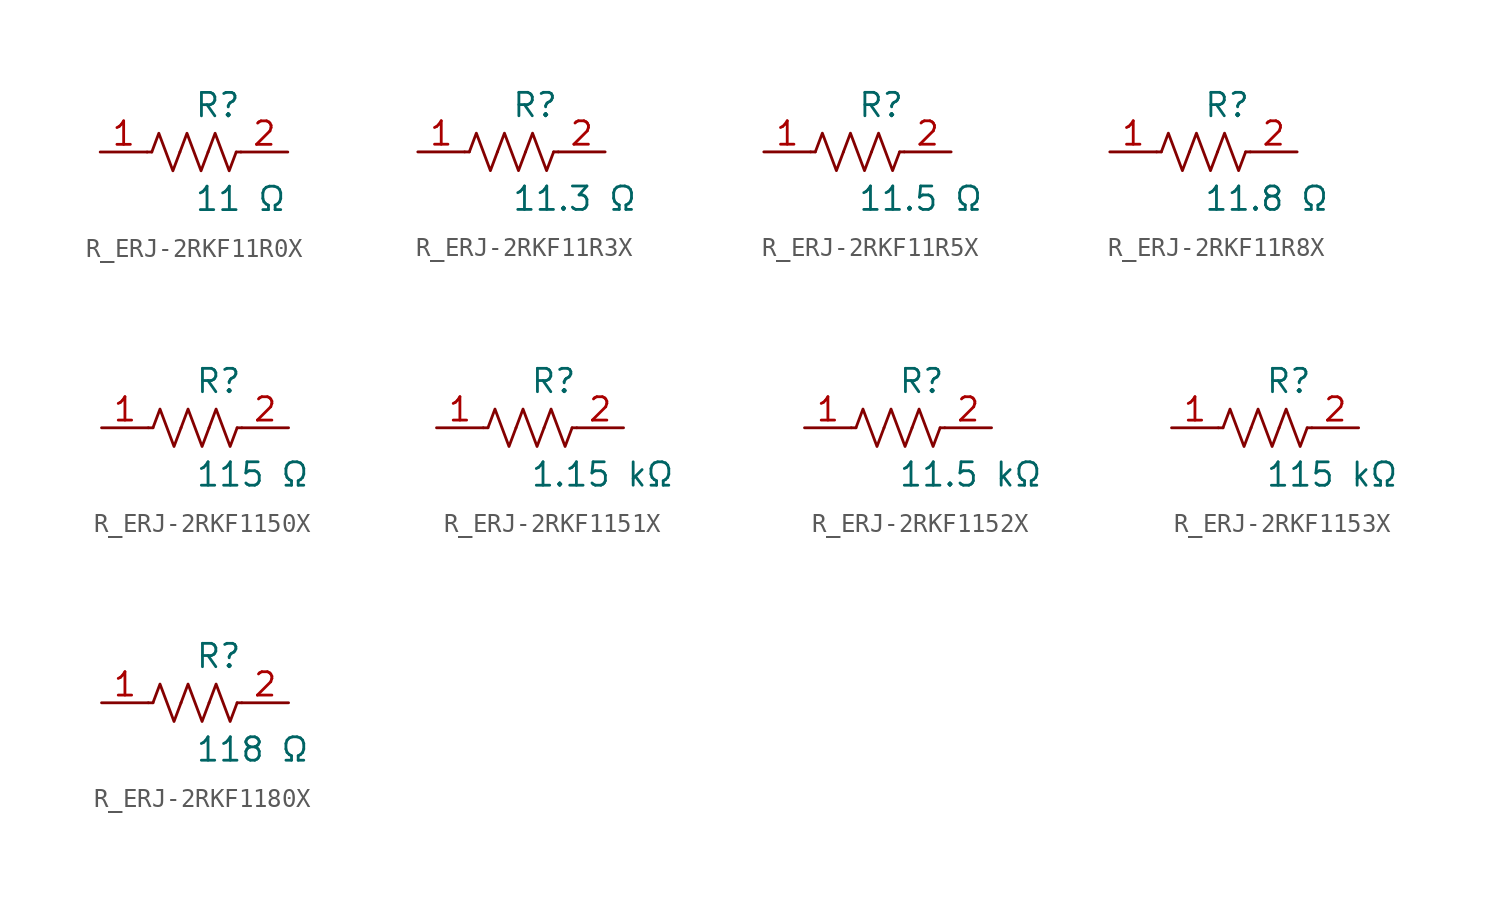
<source format=kicad_sym>
(kicad_symbol_lib
  (version 20231120)
  (generator kicad_symbol_editor)
  (generator_version 8.0)
  (symbol "R_ERJ-2RKF11R0X"
    (pin_names
      (offset 0.254))
    (property "Reference" "R"
      (at 0 2.54 0)
      (effects (font (size 1.27 1.27)) (justify left)))
    (property "Value" "11 Ω"
      (at 0 -2.54 0)
      (effects (font (size 1.27 1.27)) (justify left)))
    (symbol "R_ERJ-2RKF11R0X_0_1"
      (polyline (pts (xy 2.286 0) (xy 2.54 0)) (stroke (width 0) (type default)) (fill (type none)))
      (polyline (pts (xy -2.286 0) (xy -2.54 0)) (stroke (width 0) (type default)) (fill (type none)))
      (polyline (pts (xy 0.762 0) (xy 1.143 1.016) (xy 1.524 0) (xy 1.905 -1.016) (xy 2.286 0)) (stroke (width 0) (type default)) (fill (type none)))
      (polyline (pts (xy -0.762 0) (xy -0.381 1.016) (xy 0 0) (xy 0.381 -1.016) (xy 0.762 0)) (stroke (width 0) (type default)) (fill (type none)))
      (polyline (pts (xy -2.286 0) (xy -1.905 1.016) (xy -1.524 0) (xy -1.143 -1.016) (xy -0.762 0)) (stroke (width 0) (type default)) (fill (type none))))
    (pin passive line
      (at -5.08 0 0)
      (length 2.54)
      (name "" (effects (font (size 1.27 1.27))))
      (number "1" (effects (font (size 1.27 1.27)))))
    (pin passive line
      (at 5.08 0 180)
      (length 2.54)
      (name "" (effects (font (size 1.27 1.27))))
      (number "2" (effects (font (size 1.27 1.27))))))
  (symbol "R_ERJ-2RKF11R3X"
    (pin_names
      (offset 0.254))
    (property "Reference" "R"
      (at 0 2.54 0)
      (effects (font (size 1.27 1.27)) (justify left)))
    (property "Value" "11.3 Ω"
      (at 0 -2.54 0)
      (effects (font (size 1.27 1.27)) (justify left)))
    (symbol "R_ERJ-2RKF11R3X_0_1"
      (polyline (pts (xy 2.286 0) (xy 2.54 0)) (stroke (width 0) (type default)) (fill (type none)))
      (polyline (pts (xy -2.286 0) (xy -2.54 0)) (stroke (width 0) (type default)) (fill (type none)))
      (polyline (pts (xy 0.762 0) (xy 1.143 1.016) (xy 1.524 0) (xy 1.905 -1.016) (xy 2.286 0)) (stroke (width 0) (type default)) (fill (type none)))
      (polyline (pts (xy -0.762 0) (xy -0.381 1.016) (xy 0 0) (xy 0.381 -1.016) (xy 0.762 0)) (stroke (width 0) (type default)) (fill (type none)))
      (polyline (pts (xy -2.286 0) (xy -1.905 1.016) (xy -1.524 0) (xy -1.143 -1.016) (xy -0.762 0)) (stroke (width 0) (type default)) (fill (type none))))
    (pin passive line
      (at -5.08 0 0)
      (length 2.54)
      (name "" (effects (font (size 1.27 1.27))))
      (number "1" (effects (font (size 1.27 1.27)))))
    (pin passive line
      (at 5.08 0 180)
      (length 2.54)
      (name "" (effects (font (size 1.27 1.27))))
      (number "2" (effects (font (size 1.27 1.27))))))
  (symbol "R_ERJ-2RKF11R5X"
    (pin_names
      (offset 0.254))
    (property "Reference" "R"
      (at 0 2.54 0)
      (effects (font (size 1.27 1.27)) (justify left)))
    (property "Value" "11.5 Ω"
      (at 0 -2.54 0)
      (effects (font (size 1.27 1.27)) (justify left)))
    (symbol "R_ERJ-2RKF11R5X_0_1"
      (polyline (pts (xy 2.286 0) (xy 2.54 0)) (stroke (width 0) (type default)) (fill (type none)))
      (polyline (pts (xy -2.286 0) (xy -2.54 0)) (stroke (width 0) (type default)) (fill (type none)))
      (polyline (pts (xy 0.762 0) (xy 1.143 1.016) (xy 1.524 0) (xy 1.905 -1.016) (xy 2.286 0)) (stroke (width 0) (type default)) (fill (type none)))
      (polyline (pts (xy -0.762 0) (xy -0.381 1.016) (xy 0 0) (xy 0.381 -1.016) (xy 0.762 0)) (stroke (width 0) (type default)) (fill (type none)))
      (polyline (pts (xy -2.286 0) (xy -1.905 1.016) (xy -1.524 0) (xy -1.143 -1.016) (xy -0.762 0)) (stroke (width 0) (type default)) (fill (type none))))
    (pin passive line
      (at -5.08 0 0)
      (length 2.54)
      (name "" (effects (font (size 1.27 1.27))))
      (number "1" (effects (font (size 1.27 1.27)))))
    (pin passive line
      (at 5.08 0 180)
      (length 2.54)
      (name "" (effects (font (size 1.27 1.27))))
      (number "2" (effects (font (size 1.27 1.27))))))
  (symbol "R_ERJ-2RKF11R8X"
    (pin_names
      (offset 0.254))
    (property "Reference" "R"
      (at 0 2.54 0)
      (effects (font (size 1.27 1.27)) (justify left)))
    (property "Value" "11.8 Ω"
      (at 0 -2.54 0)
      (effects (font (size 1.27 1.27)) (justify left)))
    (symbol "R_ERJ-2RKF11R8X_0_1"
      (polyline (pts (xy 2.286 0) (xy 2.54 0)) (stroke (width 0) (type default)) (fill (type none)))
      (polyline (pts (xy -2.286 0) (xy -2.54 0)) (stroke (width 0) (type default)) (fill (type none)))
      (polyline (pts (xy 0.762 0) (xy 1.143 1.016) (xy 1.524 0) (xy 1.905 -1.016) (xy 2.286 0)) (stroke (width 0) (type default)) (fill (type none)))
      (polyline (pts (xy -0.762 0) (xy -0.381 1.016) (xy 0 0) (xy 0.381 -1.016) (xy 0.762 0)) (stroke (width 0) (type default)) (fill (type none)))
      (polyline (pts (xy -2.286 0) (xy -1.905 1.016) (xy -1.524 0) (xy -1.143 -1.016) (xy -0.762 0)) (stroke (width 0) (type default)) (fill (type none))))
    (pin passive line
      (at -5.08 0 0)
      (length 2.54)
      (name "" (effects (font (size 1.27 1.27))))
      (number "1" (effects (font (size 1.27 1.27)))))
    (pin passive line
      (at 5.08 0 180)
      (length 2.54)
      (name "" (effects (font (size 1.27 1.27))))
      (number "2" (effects (font (size 1.27 1.27))))))
  (symbol "R_ERJ-2RKF1150X"
    (pin_names
      (offset 0.254))
    (property "Reference" "R"
      (at 0 2.54 0)
      (effects (font (size 1.27 1.27)) (justify left)))
    (property "Value" "115 Ω"
      (at 0 -2.54 0)
      (effects (font (size 1.27 1.27)) (justify left)))
    (symbol "R_ERJ-2RKF1150X_0_1"
      (polyline (pts (xy 2.286 0) (xy 2.54 0)) (stroke (width 0) (type default)) (fill (type none)))
      (polyline (pts (xy -2.286 0) (xy -2.54 0)) (stroke (width 0) (type default)) (fill (type none)))
      (polyline (pts (xy 0.762 0) (xy 1.143 1.016) (xy 1.524 0) (xy 1.905 -1.016) (xy 2.286 0)) (stroke (width 0) (type default)) (fill (type none)))
      (polyline (pts (xy -0.762 0) (xy -0.381 1.016) (xy 0 0) (xy 0.381 -1.016) (xy 0.762 0)) (stroke (width 0) (type default)) (fill (type none)))
      (polyline (pts (xy -2.286 0) (xy -1.905 1.016) (xy -1.524 0) (xy -1.143 -1.016) (xy -0.762 0)) (stroke (width 0) (type default)) (fill (type none))))
    (pin passive line
      (at -5.08 0 0)
      (length 2.54)
      (name "" (effects (font (size 1.27 1.27))))
      (number "1" (effects (font (size 1.27 1.27)))))
    (pin passive line
      (at 5.08 0 180)
      (length 2.54)
      (name "" (effects (font (size 1.27 1.27))))
      (number "2" (effects (font (size 1.27 1.27))))))
  (symbol "R_ERJ-2RKF1151X"
    (pin_names
      (offset 0.254))
    (property "Reference" "R"
      (at 0 2.54 0)
      (effects (font (size 1.27 1.27)) (justify left)))
    (property "Value" "1.15 kΩ"
      (at 0 -2.54 0)
      (effects (font (size 1.27 1.27)) (justify left)))
    (symbol "R_ERJ-2RKF1151X_0_1"
      (polyline (pts (xy 2.286 0) (xy 2.54 0)) (stroke (width 0) (type default)) (fill (type none)))
      (polyline (pts (xy -2.286 0) (xy -2.54 0)) (stroke (width 0) (type default)) (fill (type none)))
      (polyline (pts (xy 0.762 0) (xy 1.143 1.016) (xy 1.524 0) (xy 1.905 -1.016) (xy 2.286 0)) (stroke (width 0) (type default)) (fill (type none)))
      (polyline (pts (xy -0.762 0) (xy -0.381 1.016) (xy 0 0) (xy 0.381 -1.016) (xy 0.762 0)) (stroke (width 0) (type default)) (fill (type none)))
      (polyline (pts (xy -2.286 0) (xy -1.905 1.016) (xy -1.524 0) (xy -1.143 -1.016) (xy -0.762 0)) (stroke (width 0) (type default)) (fill (type none))))
    (pin passive line
      (at -5.08 0 0)
      (length 2.54)
      (name "" (effects (font (size 1.27 1.27))))
      (number "1" (effects (font (size 1.27 1.27)))))
    (pin passive line
      (at 5.08 0 180)
      (length 2.54)
      (name "" (effects (font (size 1.27 1.27))))
      (number "2" (effects (font (size 1.27 1.27))))))
  (symbol "R_ERJ-2RKF1152X"
    (pin_names
      (offset 0.254))
    (property "Reference" "R"
      (at 0 2.54 0)
      (effects (font (size 1.27 1.27)) (justify left)))
    (property "Value" "11.5 kΩ"
      (at 0 -2.54 0)
      (effects (font (size 1.27 1.27)) (justify left)))
    (symbol "R_ERJ-2RKF1152X_0_1"
      (polyline (pts (xy 2.286 0) (xy 2.54 0)) (stroke (width 0) (type default)) (fill (type none)))
      (polyline (pts (xy -2.286 0) (xy -2.54 0)) (stroke (width 0) (type default)) (fill (type none)))
      (polyline (pts (xy 0.762 0) (xy 1.143 1.016) (xy 1.524 0) (xy 1.905 -1.016) (xy 2.286 0)) (stroke (width 0) (type default)) (fill (type none)))
      (polyline (pts (xy -0.762 0) (xy -0.381 1.016) (xy 0 0) (xy 0.381 -1.016) (xy 0.762 0)) (stroke (width 0) (type default)) (fill (type none)))
      (polyline (pts (xy -2.286 0) (xy -1.905 1.016) (xy -1.524 0) (xy -1.143 -1.016) (xy -0.762 0)) (stroke (width 0) (type default)) (fill (type none))))
    (pin passive line
      (at -5.08 0 0)
      (length 2.54)
      (name "" (effects (font (size 1.27 1.27))))
      (number "1" (effects (font (size 1.27 1.27)))))
    (pin passive line
      (at 5.08 0 180)
      (length 2.54)
      (name "" (effects (font (size 1.27 1.27))))
      (number "2" (effects (font (size 1.27 1.27))))))
  (symbol "R_ERJ-2RKF1153X"
    (pin_names
      (offset 0.254))
    (property "Reference" "R"
      (at 0 2.54 0)
      (effects (font (size 1.27 1.27)) (justify left)))
    (property "Value" "115 kΩ"
      (at 0 -2.54 0)
      (effects (font (size 1.27 1.27)) (justify left)))
    (symbol "R_ERJ-2RKF1153X_0_1"
      (polyline (pts (xy 2.286 0) (xy 2.54 0)) (stroke (width 0) (type default)) (fill (type none)))
      (polyline (pts (xy -2.286 0) (xy -2.54 0)) (stroke (width 0) (type default)) (fill (type none)))
      (polyline (pts (xy 0.762 0) (xy 1.143 1.016) (xy 1.524 0) (xy 1.905 -1.016) (xy 2.286 0)) (stroke (width 0) (type default)) (fill (type none)))
      (polyline (pts (xy -0.762 0) (xy -0.381 1.016) (xy 0 0) (xy 0.381 -1.016) (xy 0.762 0)) (stroke (width 0) (type default)) (fill (type none)))
      (polyline (pts (xy -2.286 0) (xy -1.905 1.016) (xy -1.524 0) (xy -1.143 -1.016) (xy -0.762 0)) (stroke (width 0) (type default)) (fill (type none))))
    (pin passive line
      (at -5.08 0 0)
      (length 2.54)
      (name "" (effects (font (size 1.27 1.27))))
      (number "1" (effects (font (size 1.27 1.27)))))
    (pin passive line
      (at 5.08 0 180)
      (length 2.54)
      (name "" (effects (font (size 1.27 1.27))))
      (number "2" (effects (font (size 1.27 1.27))))))
  (symbol "R_ERJ-2RKF1180X"
    (pin_names
      (offset 0.254))
    (property "Reference" "R"
      (at 0 2.54 0)
      (effects (font (size 1.27 1.27)) (justify left)))
    (property "Value" "118 Ω"
      (at 0 -2.54 0)
      (effects (font (size 1.27 1.27)) (justify left)))
    (symbol "R_ERJ-2RKF1180X_0_1"
      (polyline (pts (xy 2.286 0) (xy 2.54 0)) (stroke (width 0) (type default)) (fill (type none)))
      (polyline (pts (xy -2.286 0) (xy -2.54 0)) (stroke (width 0) (type default)) (fill (type none)))
      (polyline (pts (xy 0.762 0) (xy 1.143 1.016) (xy 1.524 0) (xy 1.905 -1.016) (xy 2.286 0)) (stroke (width 0) (type default)) (fill (type none)))
      (polyline (pts (xy -0.762 0) (xy -0.381 1.016) (xy 0 0) (xy 0.381 -1.016) (xy 0.762 0)) (stroke (width 0) (type default)) (fill (type none)))
      (polyline (pts (xy -2.286 0) (xy -1.905 1.016) (xy -1.524 0) (xy -1.143 -1.016) (xy -0.762 0)) (stroke (width 0) (type default)) (fill (type none))))
    (pin passive line
      (at -5.08 0 0)
      (length 2.54)
      (name "" (effects (font (size 1.27 1.27))))
      (number "1" (effects (font (size 1.27 1.27)))))
    (pin passive line
      (at 5.08 0 180)
      (length 2.54)
      (name "" (effects (font (size 1.27 1.27))))
      (number "2" (effects (font (size 1.27 1.27)))))))
</source>
